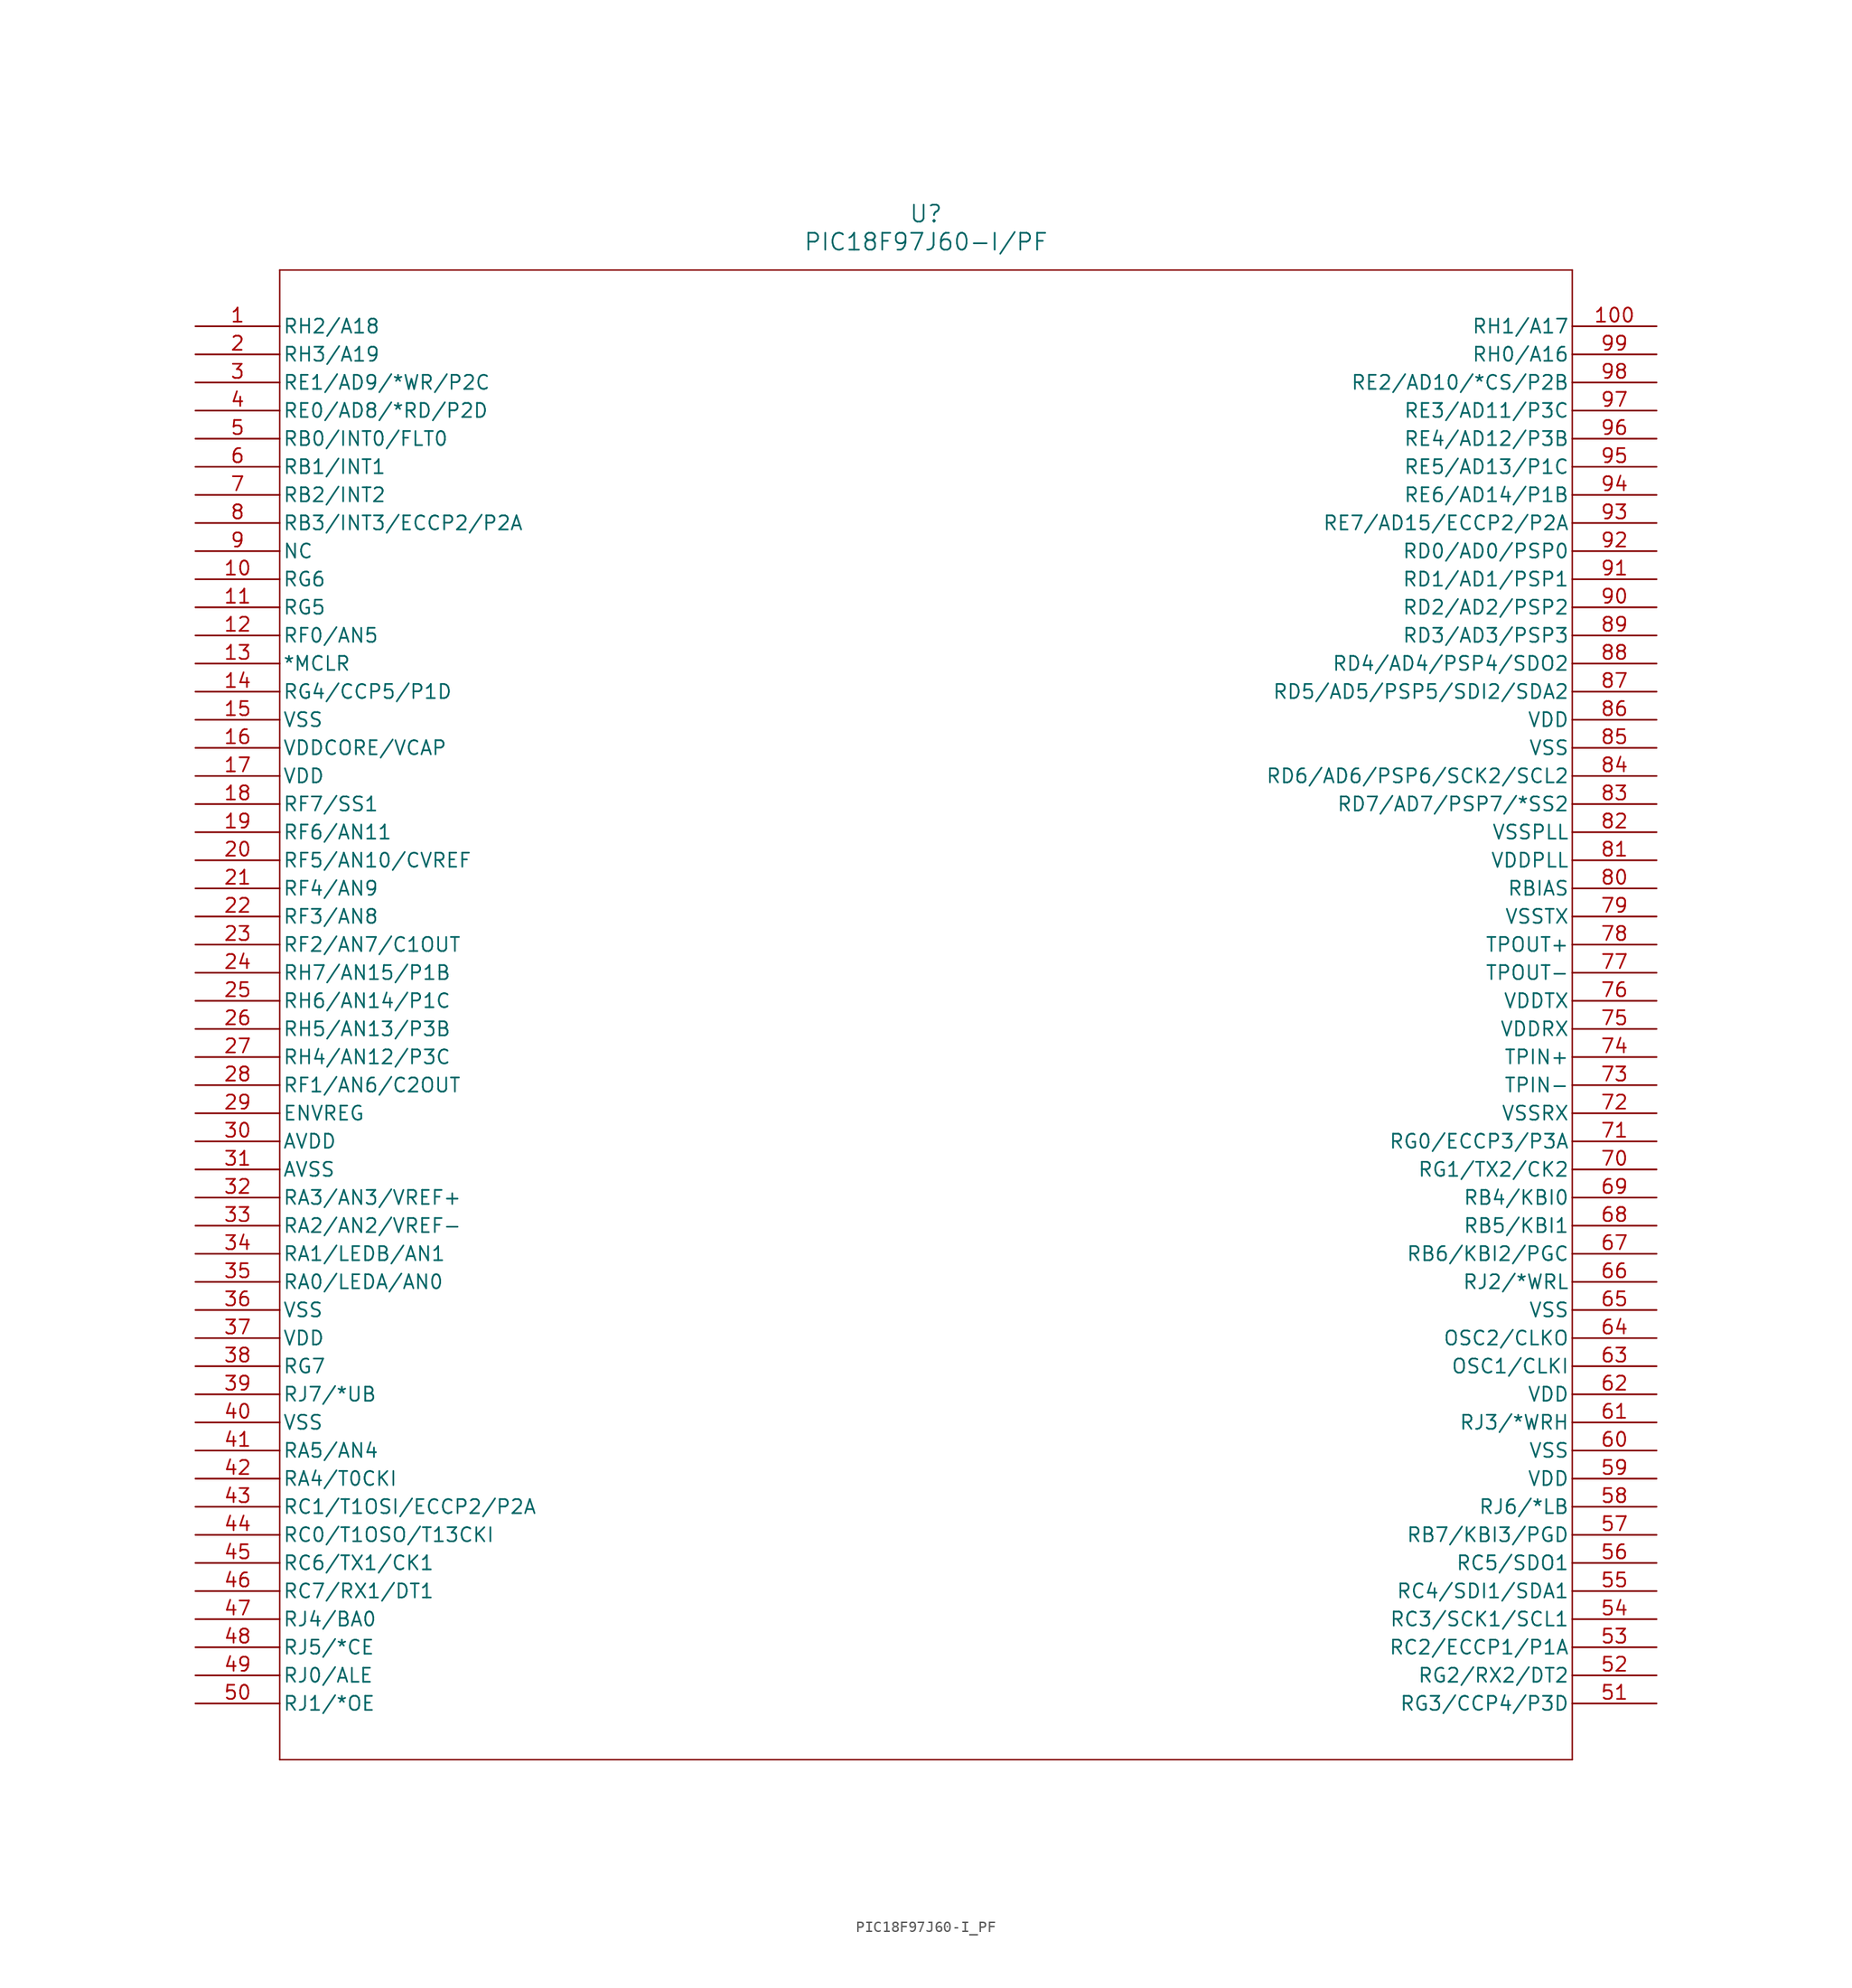
<source format=kicad_sym>
(kicad_symbol_lib
  (version 20211014)
  (generator kicad_symbol_editor)
  (symbol "PIC18F97J60-I_PF"
    (pin_names
      (offset 0.254))
    (property "Reference" "U"
      (at 66.04 10.16 0)
      (effects (font (size 1.524 1.524))))
    (property "Value" "PIC18F97J60-I/PF"
      (at 66.04 7.62 0)
      (effects (font (size 1.524 1.524))))
    (symbol "PIC18F97J60-I_PF_0_1"
      (polyline (pts (xy 7.62 5.08) (xy 7.62 -129.54)) (stroke (width 0.127) (type default) (color 0 0 0 0)) (fill (type none)))
      (polyline (pts (xy 7.62 -129.54) (xy 124.46 -129.54)) (stroke (width 0.127) (type default) (color 0 0 0 0)) (fill (type none)))
      (polyline (pts (xy 124.46 -129.54) (xy 124.46 5.08)) (stroke (width 0.127) (type default) (color 0 0 0 0)) (fill (type none)))
      (polyline (pts (xy 124.46 5.08) (xy 7.62 5.08)) (stroke (width 0.127) (type default) (color 0 0 0 0)) (fill (type none)))
      (pin unspecified line (at 0 0 0) (length 7.62) (name "RH2/A18" (effects (font (size 1.27 1.27)))) (number "1" (effects (font (size 1.27 1.27)))))
      (pin unspecified line (at 0 -2.54 0) (length 7.62) (name "RH3/A19" (effects (font (size 1.27 1.27)))) (number "2" (effects (font (size 1.27 1.27)))))
      (pin unspecified line (at 0 -5.08 0) (length 7.62) (name "RE1/AD9/*WR/P2C" (effects (font (size 1.27 1.27)))) (number "3" (effects (font (size 1.27 1.27)))))
      (pin unspecified line (at 0 -7.62 0) (length 7.62) (name "RE0/AD8/*RD/P2D" (effects (font (size 1.27 1.27)))) (number "4" (effects (font (size 1.27 1.27)))))
      (pin unspecified line (at 0 -10.16 0) (length 7.62) (name "RB0/INT0/FLT0" (effects (font (size 1.27 1.27)))) (number "5" (effects (font (size 1.27 1.27)))))
      (pin unspecified line (at 0 -12.7 0) (length 7.62) (name "RB1/INT1" (effects (font (size 1.27 1.27)))) (number "6" (effects (font (size 1.27 1.27)))))
      (pin unspecified line (at 0 -15.24 0) (length 7.62) (name "RB2/INT2" (effects (font (size 1.27 1.27)))) (number "7" (effects (font (size 1.27 1.27)))))
      (pin unspecified line (at 0 -17.78 0) (length 7.62) (name "RB3/INT3/ECCP2/P2A" (effects (font (size 1.27 1.27)))) (number "8" (effects (font (size 1.27 1.27)))))
      (pin unspecified line (at 0 -20.32 0) (length 7.62) (name "NC" (effects (font (size 1.27 1.27)))) (number "9" (effects (font (size 1.27 1.27)))))
      (pin unspecified line (at 0 -22.86 0) (length 7.62) (name "RG6" (effects (font (size 1.27 1.27)))) (number "10" (effects (font (size 1.27 1.27)))))
      (pin unspecified line (at 0 -25.4 0) (length 7.62) (name "RG5" (effects (font (size 1.27 1.27)))) (number "11" (effects (font (size 1.27 1.27)))))
      (pin unspecified line (at 0 -27.94 0) (length 7.62) (name "RF0/AN5" (effects (font (size 1.27 1.27)))) (number "12" (effects (font (size 1.27 1.27)))))
      (pin unspecified line (at 0 -30.48 0) (length 7.62) (name "*MCLR" (effects (font (size 1.27 1.27)))) (number "13" (effects (font (size 1.27 1.27)))))
      (pin unspecified line (at 0 -33.02 0) (length 7.62) (name "RG4/CCP5/P1D" (effects (font (size 1.27 1.27)))) (number "14" (effects (font (size 1.27 1.27)))))
      (pin unspecified line (at 0 -35.56 0) (length 7.62) (name "VSS" (effects (font (size 1.27 1.27)))) (number "15" (effects (font (size 1.27 1.27)))))
      (pin unspecified line (at 0 -38.1 0) (length 7.62) (name "VDDCORE/VCAP" (effects (font (size 1.27 1.27)))) (number "16" (effects (font (size 1.27 1.27)))))
      (pin unspecified line (at 0 -40.64 0) (length 7.62) (name "VDD" (effects (font (size 1.27 1.27)))) (number "17" (effects (font (size 1.27 1.27)))))
      (pin unspecified line (at 0 -43.18 0) (length 7.62) (name "RF7/SS1" (effects (font (size 1.27 1.27)))) (number "18" (effects (font (size 1.27 1.27)))))
      (pin unspecified line (at 0 -45.72 0) (length 7.62) (name "RF6/AN11" (effects (font (size 1.27 1.27)))) (number "19" (effects (font (size 1.27 1.27)))))
      (pin unspecified line (at 0 -48.26 0) (length 7.62) (name "RF5/AN10/CVREF" (effects (font (size 1.27 1.27)))) (number "20" (effects (font (size 1.27 1.27)))))
      (pin unspecified line (at 0 -50.8 0) (length 7.62) (name "RF4/AN9" (effects (font (size 1.27 1.27)))) (number "21" (effects (font (size 1.27 1.27)))))
      (pin unspecified line (at 0 -53.34 0) (length 7.62) (name "RF3/AN8" (effects (font (size 1.27 1.27)))) (number "22" (effects (font (size 1.27 1.27)))))
      (pin unspecified line (at 0 -55.88 0) (length 7.62) (name "RF2/AN7/C1OUT" (effects (font (size 1.27 1.27)))) (number "23" (effects (font (size 1.27 1.27)))))
      (pin unspecified line (at 0 -58.42 0) (length 7.62) (name "RH7/AN15/P1B" (effects (font (size 1.27 1.27)))) (number "24" (effects (font (size 1.27 1.27)))))
      (pin unspecified line (at 0 -60.96 0) (length 7.62) (name "RH6/AN14/P1C" (effects (font (size 1.27 1.27)))) (number "25" (effects (font (size 1.27 1.27)))))
      (pin unspecified line (at 0 -63.5 0) (length 7.62) (name "RH5/AN13/P3B" (effects (font (size 1.27 1.27)))) (number "26" (effects (font (size 1.27 1.27)))))
      (pin unspecified line (at 0 -66.04 0) (length 7.62) (name "RH4/AN12/P3C" (effects (font (size 1.27 1.27)))) (number "27" (effects (font (size 1.27 1.27)))))
      (pin unspecified line (at 0 -68.58 0) (length 7.62) (name "RF1/AN6/C2OUT" (effects (font (size 1.27 1.27)))) (number "28" (effects (font (size 1.27 1.27)))))
      (pin unspecified line (at 0 -71.12 0) (length 7.62) (name "ENVREG" (effects (font (size 1.27 1.27)))) (number "29" (effects (font (size 1.27 1.27)))))
      (pin unspecified line (at 0 -73.66 0) (length 7.62) (name "AVDD" (effects (font (size 1.27 1.27)))) (number "30" (effects (font (size 1.27 1.27)))))
      (pin unspecified line (at 0 -76.2 0) (length 7.62) (name "AVSS" (effects (font (size 1.27 1.27)))) (number "31" (effects (font (size 1.27 1.27)))))
      (pin unspecified line (at 0 -78.74 0) (length 7.62) (name "RA3/AN3/VREF+" (effects (font (size 1.27 1.27)))) (number "32" (effects (font (size 1.27 1.27)))))
      (pin unspecified line (at 0 -81.28 0) (length 7.62) (name "RA2/AN2/VREF-" (effects (font (size 1.27 1.27)))) (number "33" (effects (font (size 1.27 1.27)))))
      (pin unspecified line (at 0 -83.82 0) (length 7.62) (name "RA1/LEDB/AN1" (effects (font (size 1.27 1.27)))) (number "34" (effects (font (size 1.27 1.27)))))
      (pin unspecified line (at 0 -86.36 0) (length 7.62) (name "RA0/LEDA/AN0" (effects (font (size 1.27 1.27)))) (number "35" (effects (font (size 1.27 1.27)))))
      (pin unspecified line (at 0 -88.9 0) (length 7.62) (name "VSS" (effects (font (size 1.27 1.27)))) (number "36" (effects (font (size 1.27 1.27)))))
      (pin unspecified line (at 0 -91.44 0) (length 7.62) (name "VDD" (effects (font (size 1.27 1.27)))) (number "37" (effects (font (size 1.27 1.27)))))
      (pin unspecified line (at 0 -93.98 0) (length 7.62) (name "RG7" (effects (font (size 1.27 1.27)))) (number "38" (effects (font (size 1.27 1.27)))))
      (pin unspecified line (at 0 -96.52 0) (length 7.62) (name "RJ7/*UB" (effects (font (size 1.27 1.27)))) (number "39" (effects (font (size 1.27 1.27)))))
      (pin unspecified line (at 0 -99.06 0) (length 7.62) (name "VSS" (effects (font (size 1.27 1.27)))) (number "40" (effects (font (size 1.27 1.27)))))
      (pin unspecified line (at 0 -101.6 0) (length 7.62) (name "RA5/AN4" (effects (font (size 1.27 1.27)))) (number "41" (effects (font (size 1.27 1.27)))))
      (pin unspecified line (at 0 -104.14 0) (length 7.62) (name "RA4/T0CKI" (effects (font (size 1.27 1.27)))) (number "42" (effects (font (size 1.27 1.27)))))
      (pin unspecified line (at 0 -106.68 0) (length 7.62) (name "RC1/T1OSI/ECCP2/P2A" (effects (font (size 1.27 1.27)))) (number "43" (effects (font (size 1.27 1.27)))))
      (pin unspecified line (at 0 -109.22 0) (length 7.62) (name "RC0/T1OSO/T13CKI" (effects (font (size 1.27 1.27)))) (number "44" (effects (font (size 1.27 1.27)))))
      (pin unspecified line (at 0 -111.76 0) (length 7.62) (name "RC6/TX1/CK1" (effects (font (size 1.27 1.27)))) (number "45" (effects (font (size 1.27 1.27)))))
      (pin unspecified line (at 0 -114.3 0) (length 7.62) (name "RC7/RX1/DT1" (effects (font (size 1.27 1.27)))) (number "46" (effects (font (size 1.27 1.27)))))
      (pin unspecified line (at 0 -116.84 0) (length 7.62) (name "RJ4/BA0" (effects (font (size 1.27 1.27)))) (number "47" (effects (font (size 1.27 1.27)))))
      (pin unspecified line (at 0 -119.38 0) (length 7.62) (name "RJ5/*CE" (effects (font (size 1.27 1.27)))) (number "48" (effects (font (size 1.27 1.27)))))
      (pin unspecified line (at 0 -121.92 0) (length 7.62) (name "RJ0/ALE" (effects (font (size 1.27 1.27)))) (number "49" (effects (font (size 1.27 1.27)))))
      (pin unspecified line (at 0 -124.46 0) (length 7.62) (name "RJ1/*OE" (effects (font (size 1.27 1.27)))) (number "50" (effects (font (size 1.27 1.27)))))
      (pin unspecified line (at 132.08 -124.46 180) (length 7.62) (name "RG3/CCP4/P3D" (effects (font (size 1.27 1.27)))) (number "51" (effects (font (size 1.27 1.27)))))
      (pin unspecified line (at 132.08 -121.92 180) (length 7.62) (name "RG2/RX2/DT2" (effects (font (size 1.27 1.27)))) (number "52" (effects (font (size 1.27 1.27)))))
      (pin unspecified line (at 132.08 -119.38 180) (length 7.62) (name "RC2/ECCP1/P1A" (effects (font (size 1.27 1.27)))) (number "53" (effects (font (size 1.27 1.27)))))
      (pin unspecified line (at 132.08 -116.84 180) (length 7.62) (name "RC3/SCK1/SCL1" (effects (font (size 1.27 1.27)))) (number "54" (effects (font (size 1.27 1.27)))))
      (pin unspecified line (at 132.08 -114.3 180) (length 7.62) (name "RC4/SDI1/SDA1" (effects (font (size 1.27 1.27)))) (number "55" (effects (font (size 1.27 1.27)))))
      (pin unspecified line (at 132.08 -111.76 180) (length 7.62) (name "RC5/SDO1" (effects (font (size 1.27 1.27)))) (number "56" (effects (font (size 1.27 1.27)))))
      (pin unspecified line (at 132.08 -109.22 180) (length 7.62) (name "RB7/KBI3/PGD" (effects (font (size 1.27 1.27)))) (number "57" (effects (font (size 1.27 1.27)))))
      (pin unspecified line (at 132.08 -106.68 180) (length 7.62) (name "RJ6/*LB" (effects (font (size 1.27 1.27)))) (number "58" (effects (font (size 1.27 1.27)))))
      (pin unspecified line (at 132.08 -104.14 180) (length 7.62) (name "VDD" (effects (font (size 1.27 1.27)))) (number "59" (effects (font (size 1.27 1.27)))))
      (pin unspecified line (at 132.08 -101.6 180) (length 7.62) (name "VSS" (effects (font (size 1.27 1.27)))) (number "60" (effects (font (size 1.27 1.27)))))
      (pin unspecified line (at 132.08 -99.06 180) (length 7.62) (name "RJ3/*WRH" (effects (font (size 1.27 1.27)))) (number "61" (effects (font (size 1.27 1.27)))))
      (pin unspecified line (at 132.08 -96.52 180) (length 7.62) (name "VDD" (effects (font (size 1.27 1.27)))) (number "62" (effects (font (size 1.27 1.27)))))
      (pin unspecified line (at 132.08 -93.98 180) (length 7.62) (name "OSC1/CLKI" (effects (font (size 1.27 1.27)))) (number "63" (effects (font (size 1.27 1.27)))))
      (pin unspecified line (at 132.08 -91.44 180) (length 7.62) (name "OSC2/CLKO" (effects (font (size 1.27 1.27)))) (number "64" (effects (font (size 1.27 1.27)))))
      (pin unspecified line (at 132.08 -88.9 180) (length 7.62) (name "VSS" (effects (font (size 1.27 1.27)))) (number "65" (effects (font (size 1.27 1.27)))))
      (pin unspecified line (at 132.08 -86.36 180) (length 7.62) (name "RJ2/*WRL" (effects (font (size 1.27 1.27)))) (number "66" (effects (font (size 1.27 1.27)))))
      (pin unspecified line (at 132.08 -83.82 180) (length 7.62) (name "RB6/KBI2/PGC" (effects (font (size 1.27 1.27)))) (number "67" (effects (font (size 1.27 1.27)))))
      (pin unspecified line (at 132.08 -81.28 180) (length 7.62) (name "RB5/KBI1" (effects (font (size 1.27 1.27)))) (number "68" (effects (font (size 1.27 1.27)))))
      (pin unspecified line (at 132.08 -78.74 180) (length 7.62) (name "RB4/KBI0" (effects (font (size 1.27 1.27)))) (number "69" (effects (font (size 1.27 1.27)))))
      (pin unspecified line (at 132.08 -76.2 180) (length 7.62) (name "RG1/TX2/CK2" (effects (font (size 1.27 1.27)))) (number "70" (effects (font (size 1.27 1.27)))))
      (pin unspecified line (at 132.08 -73.66 180) (length 7.62) (name "RG0/ECCP3/P3A" (effects (font (size 1.27 1.27)))) (number "71" (effects (font (size 1.27 1.27)))))
      (pin unspecified line (at 132.08 -71.12 180) (length 7.62) (name "VSSRX" (effects (font (size 1.27 1.27)))) (number "72" (effects (font (size 1.27 1.27)))))
      (pin unspecified line (at 132.08 -68.58 180) (length 7.62) (name "TPIN-" (effects (font (size 1.27 1.27)))) (number "73" (effects (font (size 1.27 1.27)))))
      (pin unspecified line (at 132.08 -66.04 180) (length 7.62) (name "TPIN+" (effects (font (size 1.27 1.27)))) (number "74" (effects (font (size 1.27 1.27)))))
      (pin unspecified line (at 132.08 -63.5 180) (length 7.62) (name "VDDRX" (effects (font (size 1.27 1.27)))) (number "75" (effects (font (size 1.27 1.27)))))
      (pin unspecified line (at 132.08 -60.96 180) (length 7.62) (name "VDDTX" (effects (font (size 1.27 1.27)))) (number "76" (effects (font (size 1.27 1.27)))))
      (pin unspecified line (at 132.08 -58.42 180) (length 7.62) (name "TPOUT-" (effects (font (size 1.27 1.27)))) (number "77" (effects (font (size 1.27 1.27)))))
      (pin unspecified line (at 132.08 -55.88 180) (length 7.62) (name "TPOUT+" (effects (font (size 1.27 1.27)))) (number "78" (effects (font (size 1.27 1.27)))))
      (pin unspecified line (at 132.08 -53.34 180) (length 7.62) (name "VSSTX" (effects (font (size 1.27 1.27)))) (number "79" (effects (font (size 1.27 1.27)))))
      (pin unspecified line (at 132.08 -50.8 180) (length 7.62) (name "RBIAS" (effects (font (size 1.27 1.27)))) (number "80" (effects (font (size 1.27 1.27)))))
      (pin unspecified line (at 132.08 -48.26 180) (length 7.62) (name "VDDPLL" (effects (font (size 1.27 1.27)))) (number "81" (effects (font (size 1.27 1.27)))))
      (pin unspecified line (at 132.08 -45.72 180) (length 7.62) (name "VSSPLL" (effects (font (size 1.27 1.27)))) (number "82" (effects (font (size 1.27 1.27)))))
      (pin unspecified line (at 132.08 -43.18 180) (length 7.62) (name "RD7/AD7/PSP7/*SS2" (effects (font (size 1.27 1.27)))) (number "83" (effects (font (size 1.27 1.27)))))
      (pin unspecified line (at 132.08 -40.64 180) (length 7.62) (name "RD6/AD6/PSP6/SCK2/SCL2" (effects (font (size 1.27 1.27)))) (number "84" (effects (font (size 1.27 1.27)))))
      (pin unspecified line (at 132.08 -38.1 180) (length 7.62) (name "VSS" (effects (font (size 1.27 1.27)))) (number "85" (effects (font (size 1.27 1.27)))))
      (pin unspecified line (at 132.08 -35.56 180) (length 7.62) (name "VDD" (effects (font (size 1.27 1.27)))) (number "86" (effects (font (size 1.27 1.27)))))
      (pin unspecified line (at 132.08 -33.02 180) (length 7.62) (name "RD5/AD5/PSP5/SDI2/SDA2" (effects (font (size 1.27 1.27)))) (number "87" (effects (font (size 1.27 1.27)))))
      (pin unspecified line (at 132.08 -30.48 180) (length 7.62) (name "RD4/AD4/PSP4/SDO2" (effects (font (size 1.27 1.27)))) (number "88" (effects (font (size 1.27 1.27)))))
      (pin unspecified line (at 132.08 -27.94 180) (length 7.62) (name "RD3/AD3/PSP3" (effects (font (size 1.27 1.27)))) (number "89" (effects (font (size 1.27 1.27)))))
      (pin unspecified line (at 132.08 -25.4 180) (length 7.62) (name "RD2/AD2/PSP2" (effects (font (size 1.27 1.27)))) (number "90" (effects (font (size 1.27 1.27)))))
      (pin unspecified line (at 132.08 -22.86 180) (length 7.62) (name "RD1/AD1/PSP1" (effects (font (size 1.27 1.27)))) (number "91" (effects (font (size 1.27 1.27)))))
      (pin unspecified line (at 132.08 -20.32 180) (length 7.62) (name "RD0/AD0/PSP0" (effects (font (size 1.27 1.27)))) (number "92" (effects (font (size 1.27 1.27)))))
      (pin unspecified line (at 132.08 -17.78 180) (length 7.62) (name "RE7/AD15/ECCP2/P2A" (effects (font (size 1.27 1.27)))) (number "93" (effects (font (size 1.27 1.27)))))
      (pin unspecified line (at 132.08 -15.24 180) (length 7.62) (name "RE6/AD14/P1B" (effects (font (size 1.27 1.27)))) (number "94" (effects (font (size 1.27 1.27)))))
      (pin unspecified line (at 132.08 -12.7 180) (length 7.62) (name "RE5/AD13/P1C" (effects (font (size 1.27 1.27)))) (number "95" (effects (font (size 1.27 1.27)))))
      (pin unspecified line (at 132.08 -10.16 180) (length 7.62) (name "RE4/AD12/P3B" (effects (font (size 1.27 1.27)))) (number "96" (effects (font (size 1.27 1.27)))))
      (pin unspecified line (at 132.08 -7.62 180) (length 7.62) (name "RE3/AD11/P3C" (effects (font (size 1.27 1.27)))) (number "97" (effects (font (size 1.27 1.27)))))
      (pin unspecified line (at 132.08 -5.08 180) (length 7.62) (name "RE2/AD10/*CS/P2B" (effects (font (size 1.27 1.27)))) (number "98" (effects (font (size 1.27 1.27)))))
      (pin unspecified line (at 132.08 -2.54 180) (length 7.62) (name "RH0/A16" (effects (font (size 1.27 1.27)))) (number "99" (effects (font (size 1.27 1.27)))))
      (pin unspecified line (at 132.08 0 180) (length 7.62) (name "RH1/A17" (effects (font (size 1.27 1.27)))) (number "100" (effects (font (size 1.27 1.27))))))))
</source>
